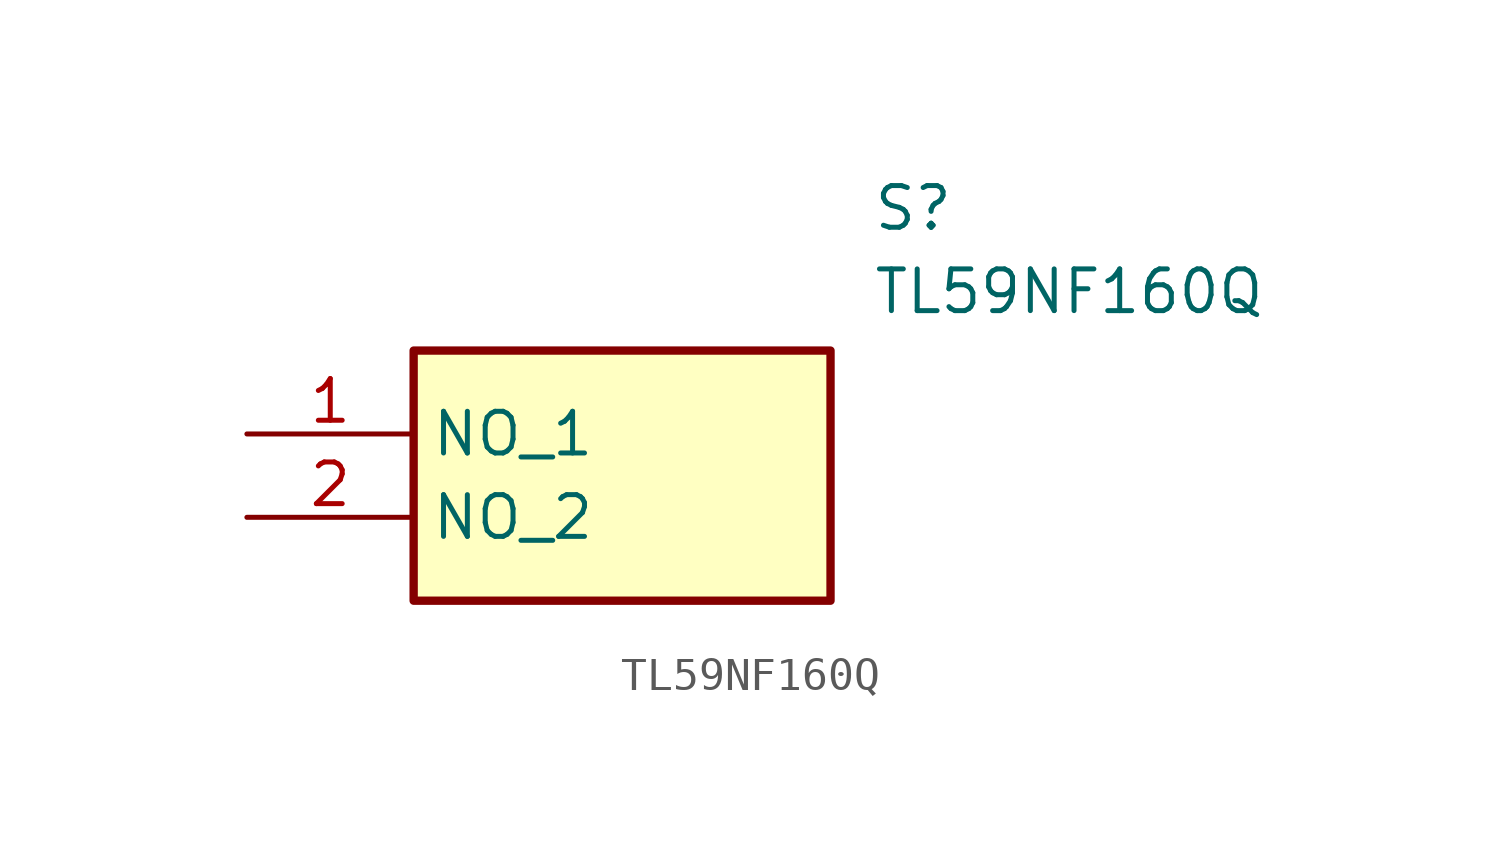
<source format=kicad_sym>
(kicad_symbol_lib
  (version 20211014)
  (generator SamacSys_ECAD_Model)
  (symbol "TL59NF160Q"
    (property "Reference" "S"
      (at 19.05 7.62 0)
      (effects (font (size 1.27 1.27)) (justify left top)))
    (property "Value" "TL59NF160Q"
      (at 19.05 5.08 0)
      (effects (font (size 1.27 1.27)) (justify left top)))
    (rectangle
      (start 5.08 2.54)
      (end 17.78 -5.08)
      (stroke (width 0.254) (type default))
      (fill (type background)))
    (pin passive line
      (at 0 0 0)
      (length 5.08)
      (name "NO_1" (effects (font (size 1.27 1.27))))
      (number "1" (effects (font (size 1.27 1.27)))))
    (pin passive line
      (at 0 -2.54 0)
      (length 5.08)
      (name "NO_2" (effects (font (size 1.27 1.27))))
      (number "2" (effects (font (size 1.27 1.27)))))))
</source>
